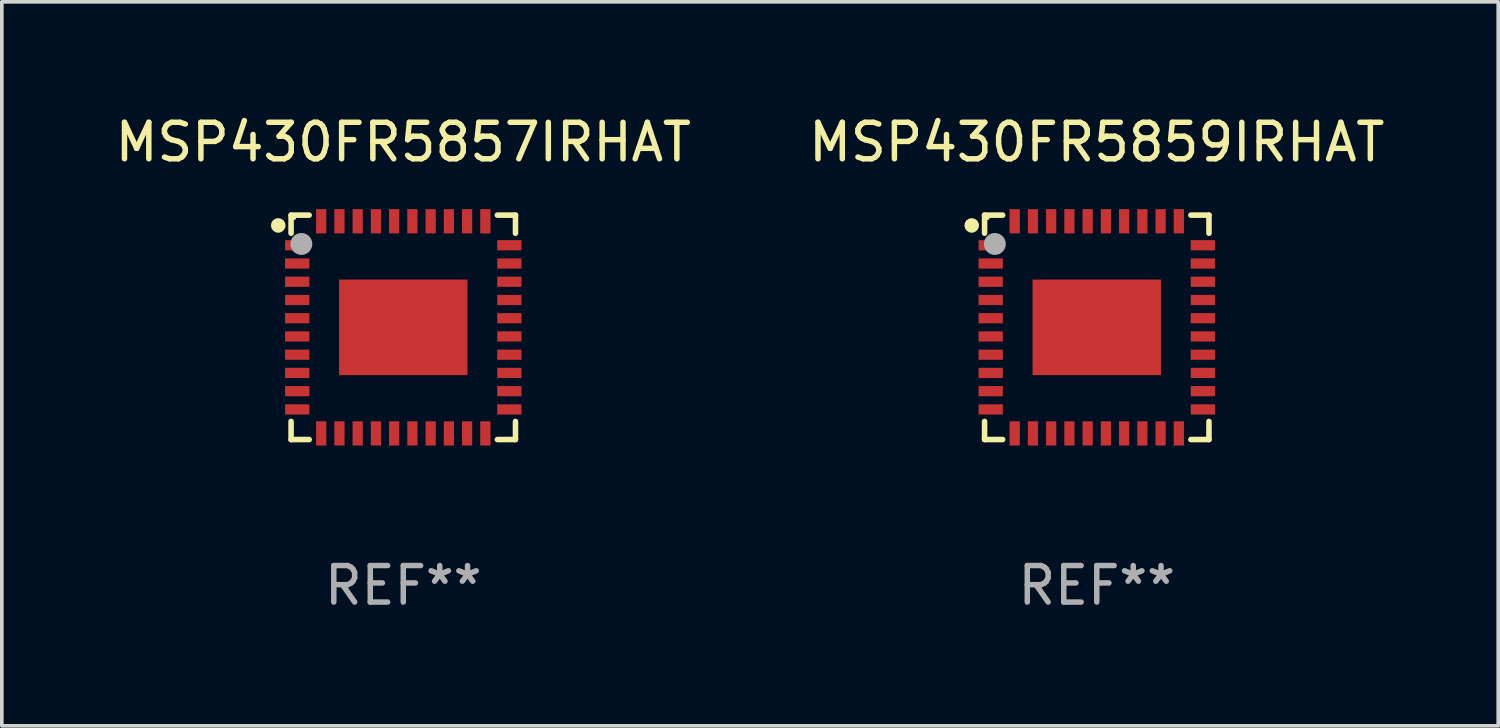
<source format=kicad_pcb>
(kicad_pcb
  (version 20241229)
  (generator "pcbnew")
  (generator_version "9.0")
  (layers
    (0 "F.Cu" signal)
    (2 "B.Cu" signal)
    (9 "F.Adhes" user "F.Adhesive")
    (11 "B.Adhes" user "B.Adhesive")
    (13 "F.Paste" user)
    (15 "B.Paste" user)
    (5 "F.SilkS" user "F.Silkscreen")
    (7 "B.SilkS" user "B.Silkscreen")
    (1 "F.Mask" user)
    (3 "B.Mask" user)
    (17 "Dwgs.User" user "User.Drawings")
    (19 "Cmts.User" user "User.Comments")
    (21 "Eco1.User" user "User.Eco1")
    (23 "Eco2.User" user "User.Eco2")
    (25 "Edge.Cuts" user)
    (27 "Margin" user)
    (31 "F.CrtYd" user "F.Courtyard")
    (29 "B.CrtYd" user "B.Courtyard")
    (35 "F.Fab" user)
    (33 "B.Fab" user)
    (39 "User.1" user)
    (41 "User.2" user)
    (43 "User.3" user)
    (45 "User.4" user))
  (footprint "MSP430FR5859IRHAT"
    (layer "F.Cu")
    (at 27.018 5.924)
    (property "Reference" "MSP430FR5859IRHAT" (at 0 -5.076 0) (layer "F.SilkS") (effects (font (size 1 1) (thickness 0.15))))
    (attr through_hole)
    (fp_line (start -3.076 -3.076) (end -3.076 -2.58) (stroke (width 0.152) (type solid)) (layer "F.SilkS"))
    (fp_line (start -3.076 3.076) (end -3.076 2.58) (stroke (width 0.152) (type solid)) (layer "F.SilkS"))
    (fp_line (start -2.58 -3.076) (end -3.076 -3.076) (stroke (width 0.152) (type solid)) (layer "F.SilkS"))
    (fp_line (start -2.58 3.076) (end -3.076 3.076) (stroke (width 0.152) (type solid)) (layer "F.SilkS"))
    (fp_line (start 2.58 -3.076) (end 3.076 -3.076) (stroke (width 0.152) (type solid)) (layer "F.SilkS"))
    (fp_line (start 2.58 3.076) (end 3.076 3.076) (stroke (width 0.152) (type solid)) (layer "F.SilkS"))
    (fp_line (start 3.076 -3.076) (end 3.076 -2.58) (stroke (width 0.152) (type solid)) (layer "F.SilkS"))
    (fp_line (start 3.076 3.076) (end 3.076 2.58) (stroke (width 0.152) (type solid)) (layer "F.SilkS"))
    (fp_circle (center -3.429 -2.794) (end -3.329 -2.794) (stroke (width 0.2) (type solid)) (fill no) (layer "F.SilkS"))
    (fp_circle (center -3 -3) (end -2.97 -3) (stroke (width 0.06) (type solid)) (fill no) (layer "F.SilkS"))
    (fp_circle (center -2.794 -2.286) (end -2.644 -2.286) (stroke (width 0.3) (type solid)) (fill no) (layer "F.Fab"))
    (fp_text user "REF**" (at 0 7.076 0) (layer "F.Fab") (effects (font (size 1 1) (thickness 0.15))))
    (pad "1" smd rect (at -2.908 -2.25) (size 0.665 0.28) (layers "F.Cu" "F.Mask" "F.Paste"))
    (pad "2" smd rect (at -2.908 -1.75) (size 0.665 0.28) (layers "F.Cu" "F.Mask" "F.Paste"))
    (pad "3" smd rect (at -2.908 -1.25) (size 0.665 0.28) (layers "F.Cu" "F.Mask" "F.Paste"))
    (pad "4" smd rect (at -2.908 -0.75) (size 0.665 0.28) (layers "F.Cu" "F.Mask" "F.Paste"))
    (pad "5" smd rect (at -2.908 -0.25) (size 0.665 0.28) (layers "F.Cu" "F.Mask" "F.Paste"))
    (pad "6" smd rect (at -2.908 0.25) (size 0.665 0.28) (layers "F.Cu" "F.Mask" "F.Paste"))
    (pad "7" smd rect (at -2.908 0.75) (size 0.665 0.28) (layers "F.Cu" "F.Mask" "F.Paste"))
    (pad "8" smd rect (at -2.908 1.25) (size 0.665 0.28) (layers "F.Cu" "F.Mask" "F.Paste"))
    (pad "9" smd rect (at -2.908 1.75) (size 0.665 0.28) (layers "F.Cu" "F.Mask" "F.Paste"))
    (pad "10" smd rect (at -2.908 2.25) (size 0.665 0.28) (layers "F.Cu" "F.Mask" "F.Paste"))
    (pad "11" smd rect (at -2.25 2.908) (size 0.28 0.665) (layers "F.Cu" "F.Mask" "F.Paste"))
    (pad "12" smd rect (at -1.75 2.908) (size 0.28 0.665) (layers "F.Cu" "F.Mask" "F.Paste"))
    (pad "13" smd rect (at -1.25 2.908) (size 0.28 0.665) (layers "F.Cu" "F.Mask" "F.Paste"))
    (pad "14" smd rect (at -0.75 2.908) (size 0.28 0.665) (layers "F.Cu" "F.Mask" "F.Paste"))
    (pad "15" smd rect (at -0.25 2.908) (size 0.28 0.665) (layers "F.Cu" "F.Mask" "F.Paste"))
    (pad "16" smd rect (at 0.25 2.908) (size 0.28 0.665) (layers "F.Cu" "F.Mask" "F.Paste"))
    (pad "17" smd rect (at 0.75 2.908) (size 0.28 0.665) (layers "F.Cu" "F.Mask" "F.Paste"))
    (pad "18" smd rect (at 1.25 2.908) (size 0.28 0.665) (layers "F.Cu" "F.Mask" "F.Paste"))
    (pad "19" smd rect (at 1.75 2.908) (size 0.28 0.665) (layers "F.Cu" "F.Mask" "F.Paste"))
    (pad "20" smd rect (at 2.25 2.908) (size 0.28 0.665) (layers "F.Cu" "F.Mask" "F.Paste"))
    (pad "21" smd rect (at 2.908 2.25) (size 0.665 0.28) (layers "F.Cu" "F.Mask" "F.Paste"))
    (pad "22" smd rect (at 2.908 1.75) (size 0.665 0.28) (layers "F.Cu" "F.Mask" "F.Paste"))
    (pad "23" smd rect (at 2.908 1.25) (size 0.665 0.28) (layers "F.Cu" "F.Mask" "F.Paste"))
    (pad "24" smd rect (at 2.908 0.75) (size 0.665 0.28) (layers "F.Cu" "F.Mask" "F.Paste"))
    (pad "25" smd rect (at 2.908 0.25) (size 0.665 0.28) (layers "F.Cu" "F.Mask" "F.Paste"))
    (pad "26" smd rect (at 2.908 -0.25) (size 0.665 0.28) (layers "F.Cu" "F.Mask" "F.Paste"))
    (pad "27" smd rect (at 2.908 -0.75) (size 0.665 0.28) (layers "F.Cu" "F.Mask" "F.Paste"))
    (pad "28" smd rect (at 2.908 -1.25) (size 0.665 0.28) (layers "F.Cu" "F.Mask" "F.Paste"))
    (pad "29" smd rect (at 2.908 -1.75) (size 0.665 0.28) (layers "F.Cu" "F.Mask" "F.Paste"))
    (pad "30" smd rect (at 2.908 -2.25) (size 0.665 0.28) (layers "F.Cu" "F.Mask" "F.Paste"))
    (pad "31" smd rect (at 2.25 -2.908) (size 0.28 0.665) (layers "F.Cu" "F.Mask" "F.Paste"))
    (pad "32" smd rect (at 1.75 -2.908) (size 0.28 0.665) (layers "F.Cu" "F.Mask" "F.Paste"))
    (pad "33" smd rect (at 1.25 -2.908) (size 0.28 0.665) (layers "F.Cu" "F.Mask" "F.Paste"))
    (pad "34" smd rect (at 0.75 -2.908) (size 0.28 0.665) (layers "F.Cu" "F.Mask" "F.Paste"))
    (pad "35" smd rect (at 0.25 -2.908) (size 0.28 0.665) (layers "F.Cu" "F.Mask" "F.Paste"))
    (pad "36" smd rect (at -0.25 -2.908) (size 0.28 0.665) (layers "F.Cu" "F.Mask" "F.Paste"))
    (pad "37" smd rect (at -0.75 -2.908) (size 0.28 0.665) (layers "F.Cu" "F.Mask" "F.Paste"))
    (pad "38" smd rect (at -1.25 -2.908) (size 0.28 0.665) (layers "F.Cu" "F.Mask" "F.Paste"))
    (pad "39" smd rect (at -1.75 -2.908) (size 0.28 0.665) (layers "F.Cu" "F.Mask" "F.Paste"))
    (pad "40" smd rect (at -2.25 -2.908) (size 0.28 0.665) (layers "F.Cu" "F.Mask" "F.Paste"))
    (pad "41" smd rect (at 0 0) (size 3.52 2.62) (layers "F.Cu" "F.Mask" "F.Paste")))
  (footprint "MSP430FR5857IRHAT"
    (layer "F.Cu")
    (at 8.006 5.924)
    (property "Reference" "MSP430FR5857IRHAT" (at 0 -5.076 0) (layer "F.SilkS") (effects (font (size 1 1) (thickness 0.15))))
    (attr through_hole)
    (fp_line (start -3.076 -3.076) (end -3.076 -2.58) (stroke (width 0.152) (type solid)) (layer "F.SilkS"))
    (fp_line (start -3.076 3.076) (end -3.076 2.58) (stroke (width 0.152) (type solid)) (layer "F.SilkS"))
    (fp_line (start -2.58 -3.076) (end -3.076 -3.076) (stroke (width 0.152) (type solid)) (layer "F.SilkS"))
    (fp_line (start -2.58 3.076) (end -3.076 3.076) (stroke (width 0.152) (type solid)) (layer "F.SilkS"))
    (fp_line (start 2.58 -3.076) (end 3.076 -3.076) (stroke (width 0.152) (type solid)) (layer "F.SilkS"))
    (fp_line (start 2.58 3.076) (end 3.076 3.076) (stroke (width 0.152) (type solid)) (layer "F.SilkS"))
    (fp_line (start 3.076 -3.076) (end 3.076 -2.58) (stroke (width 0.152) (type solid)) (layer "F.SilkS"))
    (fp_line (start 3.076 3.076) (end 3.076 2.58) (stroke (width 0.152) (type solid)) (layer "F.SilkS"))
    (fp_circle (center -3.429 -2.794) (end -3.329 -2.794) (stroke (width 0.2) (type solid)) (fill no) (layer "F.SilkS"))
    (fp_circle (center -3 -3) (end -2.97 -3) (stroke (width 0.06) (type solid)) (fill no) (layer "F.SilkS"))
    (fp_circle (center -2.794 -2.286) (end -2.644 -2.286) (stroke (width 0.3) (type solid)) (fill no) (layer "F.Fab"))
    (fp_text user "REF**" (at 0 7.076 0) (layer "F.Fab") (effects (font (size 1 1) (thickness 0.15))))
    (pad "1" smd rect (at -2.908 -2.25) (size 0.665 0.28) (layers "F.Cu" "F.Mask" "F.Paste"))
    (pad "2" smd rect (at -2.908 -1.75) (size 0.665 0.28) (layers "F.Cu" "F.Mask" "F.Paste"))
    (pad "3" smd rect (at -2.908 -1.25) (size 0.665 0.28) (layers "F.Cu" "F.Mask" "F.Paste"))
    (pad "4" smd rect (at -2.908 -0.75) (size 0.665 0.28) (layers "F.Cu" "F.Mask" "F.Paste"))
    (pad "5" smd rect (at -2.908 -0.25) (size 0.665 0.28) (layers "F.Cu" "F.Mask" "F.Paste"))
    (pad "6" smd rect (at -2.908 0.25) (size 0.665 0.28) (layers "F.Cu" "F.Mask" "F.Paste"))
    (pad "7" smd rect (at -2.908 0.75) (size 0.665 0.28) (layers "F.Cu" "F.Mask" "F.Paste"))
    (pad "8" smd rect (at -2.908 1.25) (size 0.665 0.28) (layers "F.Cu" "F.Mask" "F.Paste"))
    (pad "9" smd rect (at -2.908 1.75) (size 0.665 0.28) (layers "F.Cu" "F.Mask" "F.Paste"))
    (pad "10" smd rect (at -2.908 2.25) (size 0.665 0.28) (layers "F.Cu" "F.Mask" "F.Paste"))
    (pad "11" smd rect (at -2.25 2.908) (size 0.28 0.665) (layers "F.Cu" "F.Mask" "F.Paste"))
    (pad "12" smd rect (at -1.75 2.908) (size 0.28 0.665) (layers "F.Cu" "F.Mask" "F.Paste"))
    (pad "13" smd rect (at -1.25 2.908) (size 0.28 0.665) (layers "F.Cu" "F.Mask" "F.Paste"))
    (pad "14" smd rect (at -0.75 2.908) (size 0.28 0.665) (layers "F.Cu" "F.Mask" "F.Paste"))
    (pad "15" smd rect (at -0.25 2.908) (size 0.28 0.665) (layers "F.Cu" "F.Mask" "F.Paste"))
    (pad "16" smd rect (at 0.25 2.908) (size 0.28 0.665) (layers "F.Cu" "F.Mask" "F.Paste"))
    (pad "17" smd rect (at 0.75 2.908) (size 0.28 0.665) (layers "F.Cu" "F.Mask" "F.Paste"))
    (pad "18" smd rect (at 1.25 2.908) (size 0.28 0.665) (layers "F.Cu" "F.Mask" "F.Paste"))
    (pad "19" smd rect (at 1.75 2.908) (size 0.28 0.665) (layers "F.Cu" "F.Mask" "F.Paste"))
    (pad "20" smd rect (at 2.25 2.908) (size 0.28 0.665) (layers "F.Cu" "F.Mask" "F.Paste"))
    (pad "21" smd rect (at 2.908 2.25) (size 0.665 0.28) (layers "F.Cu" "F.Mask" "F.Paste"))
    (pad "22" smd rect (at 2.908 1.75) (size 0.665 0.28) (layers "F.Cu" "F.Mask" "F.Paste"))
    (pad "23" smd rect (at 2.908 1.25) (size 0.665 0.28) (layers "F.Cu" "F.Mask" "F.Paste"))
    (pad "24" smd rect (at 2.908 0.75) (size 0.665 0.28) (layers "F.Cu" "F.Mask" "F.Paste"))
    (pad "25" smd rect (at 2.908 0.25) (size 0.665 0.28) (layers "F.Cu" "F.Mask" "F.Paste"))
    (pad "26" smd rect (at 2.908 -0.25) (size 0.665 0.28) (layers "F.Cu" "F.Mask" "F.Paste"))
    (pad "27" smd rect (at 2.908 -0.75) (size 0.665 0.28) (layers "F.Cu" "F.Mask" "F.Paste"))
    (pad "28" smd rect (at 2.908 -1.25) (size 0.665 0.28) (layers "F.Cu" "F.Mask" "F.Paste"))
    (pad "29" smd rect (at 2.908 -1.75) (size 0.665 0.28) (layers "F.Cu" "F.Mask" "F.Paste"))
    (pad "30" smd rect (at 2.908 -2.25) (size 0.665 0.28) (layers "F.Cu" "F.Mask" "F.Paste"))
    (pad "31" smd rect (at 2.25 -2.908) (size 0.28 0.665) (layers "F.Cu" "F.Mask" "F.Paste"))
    (pad "32" smd rect (at 1.75 -2.908) (size 0.28 0.665) (layers "F.Cu" "F.Mask" "F.Paste"))
    (pad "33" smd rect (at 1.25 -2.908) (size 0.28 0.665) (layers "F.Cu" "F.Mask" "F.Paste"))
    (pad "34" smd rect (at 0.75 -2.908) (size 0.28 0.665) (layers "F.Cu" "F.Mask" "F.Paste"))
    (pad "35" smd rect (at 0.25 -2.908) (size 0.28 0.665) (layers "F.Cu" "F.Mask" "F.Paste"))
    (pad "36" smd rect (at -0.25 -2.908) (size 0.28 0.665) (layers "F.Cu" "F.Mask" "F.Paste"))
    (pad "37" smd rect (at -0.75 -2.908) (size 0.28 0.665) (layers "F.Cu" "F.Mask" "F.Paste"))
    (pad "38" smd rect (at -1.25 -2.908) (size 0.28 0.665) (layers "F.Cu" "F.Mask" "F.Paste"))
    (pad "39" smd rect (at -1.75 -2.908) (size 0.28 0.665) (layers "F.Cu" "F.Mask" "F.Paste"))
    (pad "40" smd rect (at -2.25 -2.908) (size 0.28 0.665) (layers "F.Cu" "F.Mask" "F.Paste"))
    (pad "41" smd rect (at 0 0) (size 3.52 2.62) (layers "F.Cu" "F.Mask" "F.Paste")))
  (gr_rect
    (start -3 -3)
    (end 38.024 16.849)
    (stroke (width 0.1) (type default))
    (fill no)
    (layer "Edge.Cuts")))
</source>
